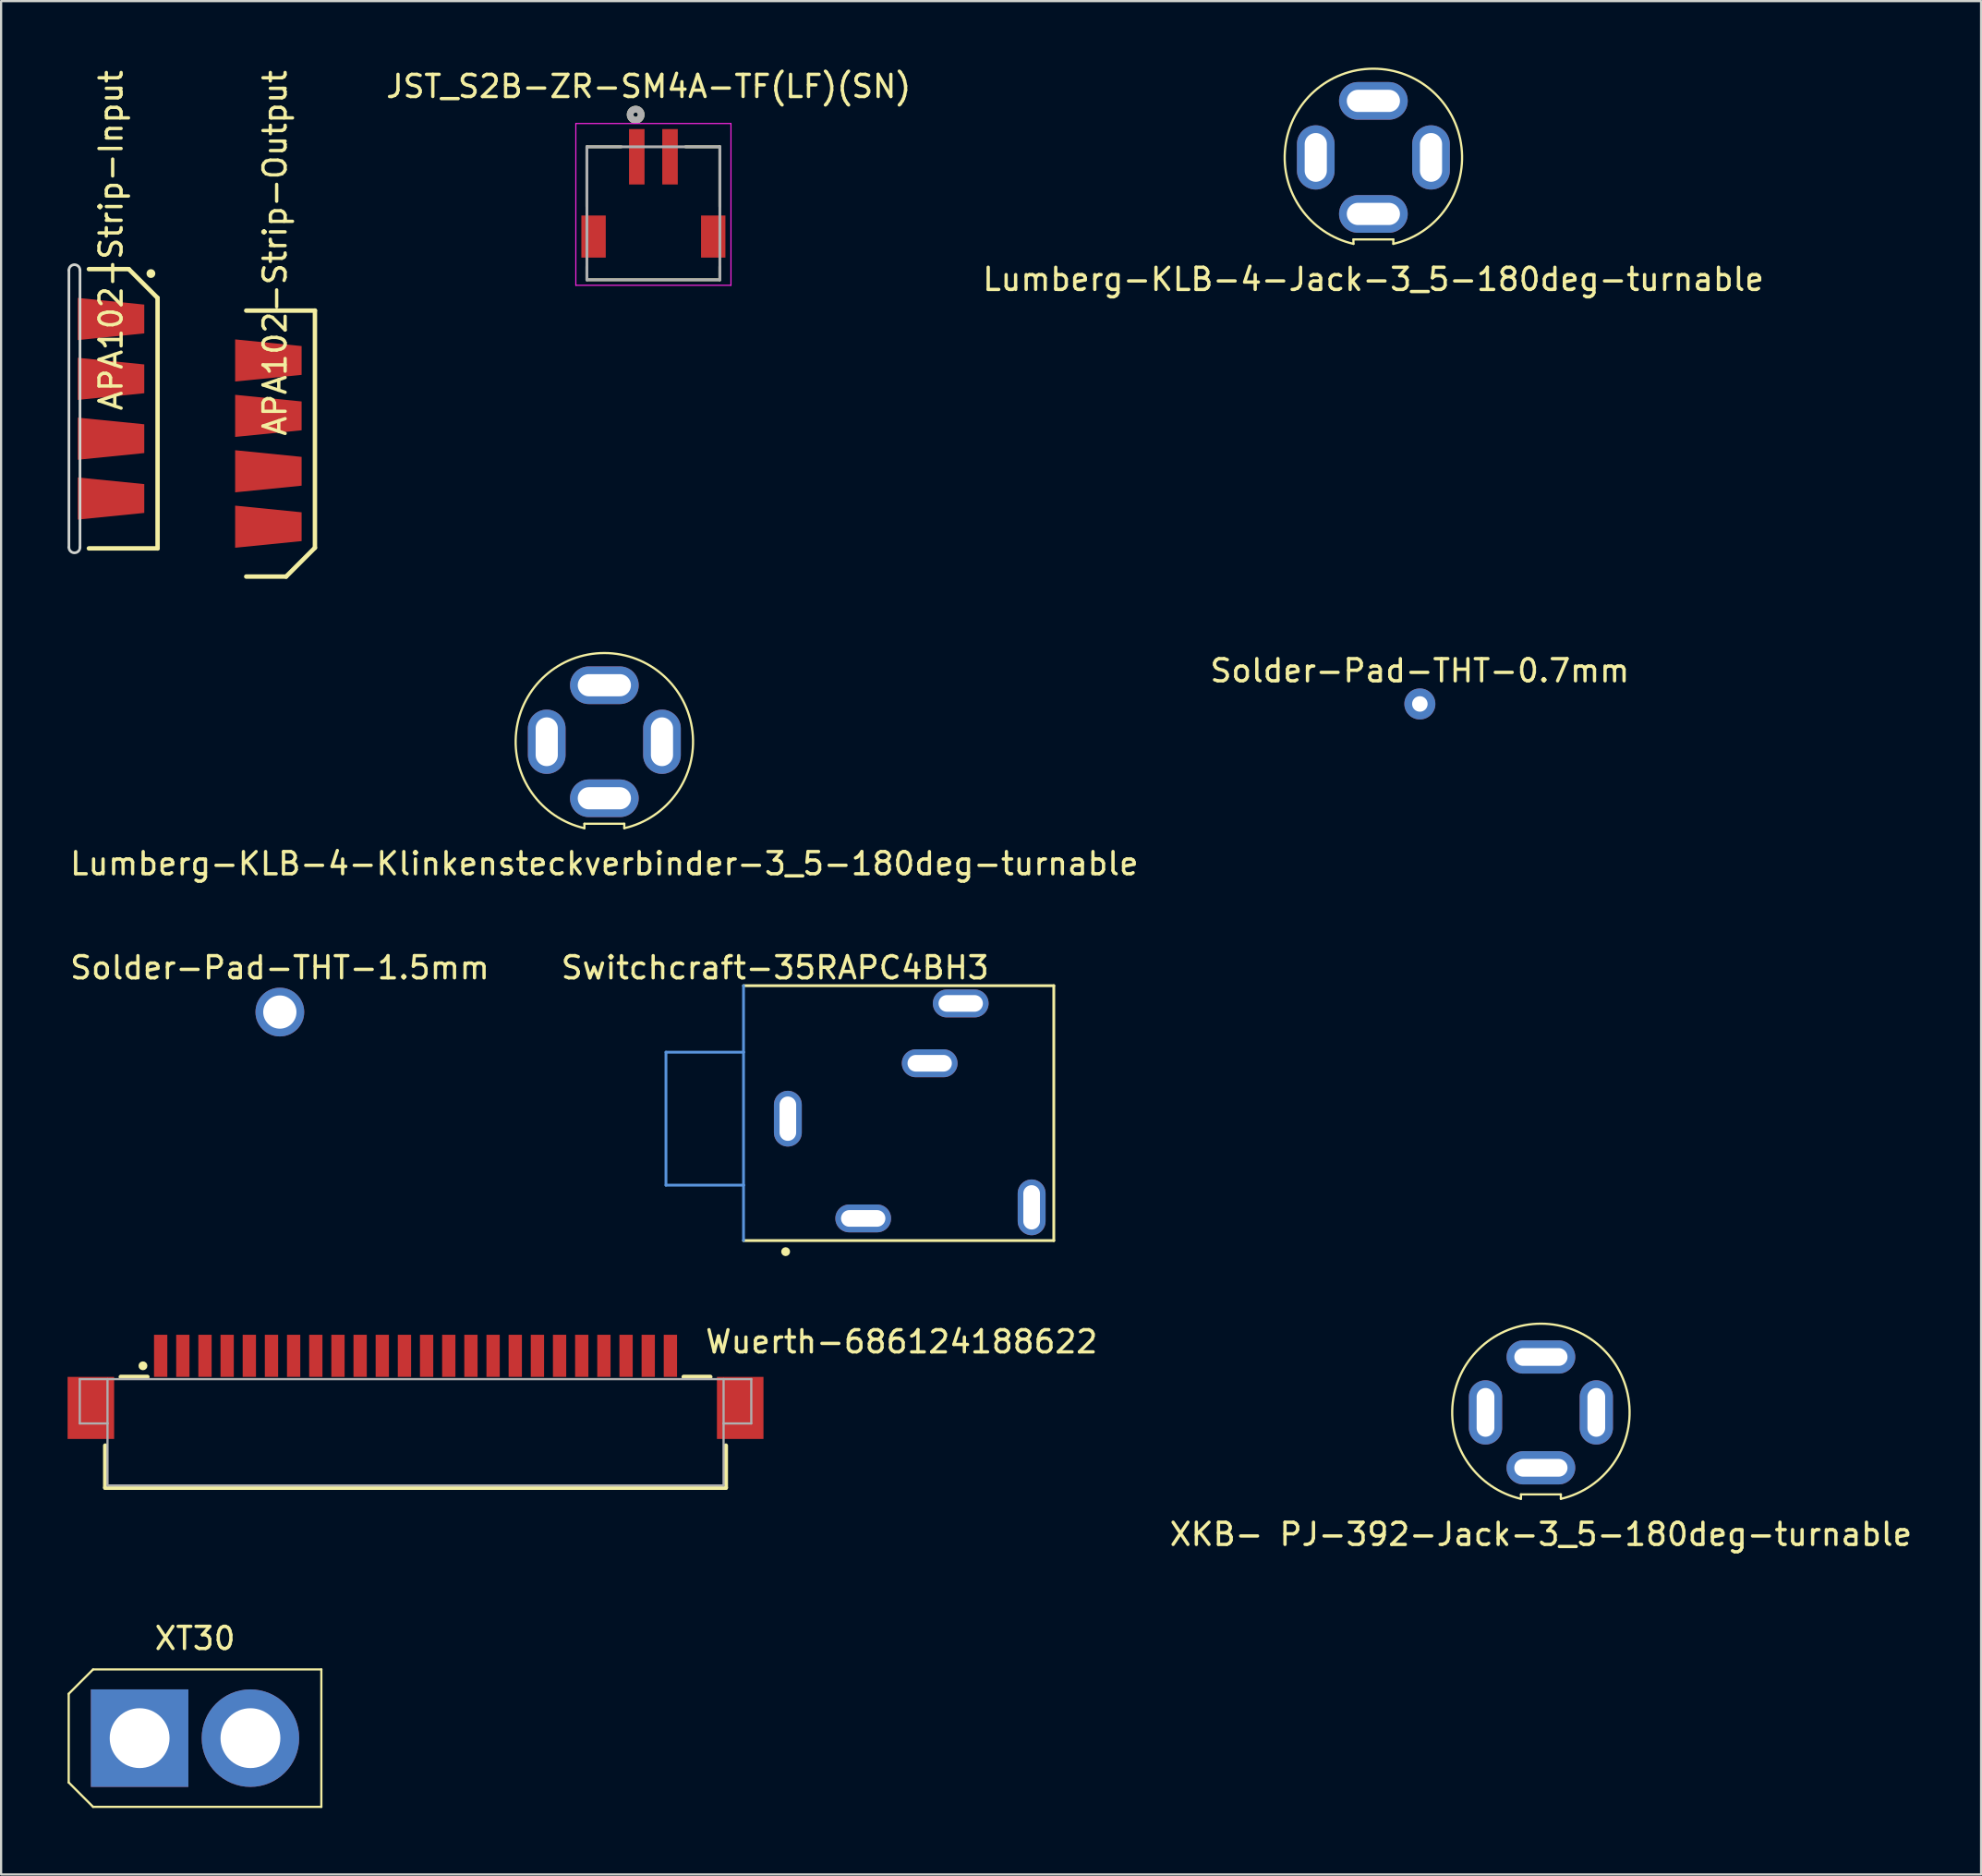
<source format=kicad_pcb>
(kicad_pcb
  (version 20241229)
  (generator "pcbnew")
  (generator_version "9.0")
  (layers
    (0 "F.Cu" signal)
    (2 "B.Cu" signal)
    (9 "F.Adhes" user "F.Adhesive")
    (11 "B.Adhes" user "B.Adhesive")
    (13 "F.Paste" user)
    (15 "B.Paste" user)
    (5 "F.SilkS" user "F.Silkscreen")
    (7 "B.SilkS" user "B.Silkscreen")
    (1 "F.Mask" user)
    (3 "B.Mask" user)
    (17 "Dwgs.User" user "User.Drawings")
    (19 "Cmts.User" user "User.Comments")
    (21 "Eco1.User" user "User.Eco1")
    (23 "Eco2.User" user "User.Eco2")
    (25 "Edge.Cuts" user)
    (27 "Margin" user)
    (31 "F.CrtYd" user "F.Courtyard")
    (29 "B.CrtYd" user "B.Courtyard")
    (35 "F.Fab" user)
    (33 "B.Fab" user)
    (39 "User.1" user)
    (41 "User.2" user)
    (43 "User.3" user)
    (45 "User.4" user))
  (footprint "XKB- PJ-392-Jack-3_5-180deg-turnable"
    (layer "F.Cu")
    (at 66.48 60.674)
    (property "Reference" "XKB- PJ-392-Jack-3_5-180deg-turnable" (at 0 5.5 0) (layer "F.SilkS") (effects (font (size 1 1) (thickness 0.15))))
    (attr through_hole)
    (fp_line (start -0.9 3.7) (end 0.9 3.7) (stroke (width 0.1) (type solid)) (layer "F.SilkS"))
    (fp_line (start -0.9 3.9) (end -0.9 3.7) (stroke (width 0.1) (type solid)) (layer "F.SilkS"))
    (fp_line (start 0.9 3.7) (end 0.9 3.9) (stroke (width 0.1) (type solid)) (layer "F.SilkS"))
    (fp_arc (start -0.9 3.9) (mid 0 -4.002499) (end 0.9 3.9) (stroke (width 0.1) (type solid)) (layer "F.SilkS"))
    (pad "R1" thru_hole oval (at 2.5 0) (size 1.5 2.9) (drill oval 0.8 2.2) (layers "*.Cu" "*.Mask"))
    (pad "R2" thru_hole oval (at 0 2.5 90) (size 1.5 3.1) (drill oval 0.8 2.4) (layers "*.Cu" "*.Mask"))
    (pad "S" thru_hole oval (at 0 -2.5 90) (size 1.5 3.1) (drill oval 0.8 2.4) (layers "*.Cu" "*.Mask"))
    (pad "T" thru_hole oval (at -2.5 0) (size 1.5 2.9) (drill oval 0.8 2.2) (layers "*.Cu" "*.Mask")))
  (footprint "Solder-Pad-THT-0.7mm"
    (layer "F.Cu")
    (at 61.018 28.711)
    (property "Reference" "Solder-Pad-THT-0.7mm" (at 0 -1.5 0) (unlocked yes) (layer "F.SilkS") (effects (font (size 1 1) (thickness 0.15))))
    (attr smd)
    (pad "1" thru_hole circle (at 0 0 180) (size 1.4 1.4) (drill 0.7) (layers "*.Cu" "*.Mask")))
  (footprint "JST_S2B-ZR-SM4A-TF(LF)(SN)"
    (layer "F.Cu")
    (at 26.433 6.173)
    (property "Reference" "JST_S2B-ZR-SM4A-TF(LF)(SN)" (at -0.215 -5.325 0) (layer "F.SilkS") (effects (font (size 1 1) (thickness 0.15))))
    (attr through_hole)
    (fp_line (start -3 -2.6) (end -3 0.1) (stroke (width 0.127) (type solid)) (layer "F.SilkS"))
    (fp_line (start -3 2.8) (end -3 3.4) (stroke (width 0.127) (type solid)) (layer "F.SilkS"))
    (fp_line (start -3 3.4) (end 3 3.4) (stroke (width 0.127) (type solid)) (layer "F.SilkS"))
    (fp_line (start -1.45 -2.6) (end -3 -2.6) (stroke (width 0.127) (type solid)) (layer "F.SilkS"))
    (fp_line (start 1.45 -2.6) (end 3 -2.6) (stroke (width 0.127) (type solid)) (layer "F.SilkS"))
    (fp_line (start 3 -2.6) (end 3 0.1) (stroke (width 0.127) (type solid)) (layer "F.SilkS"))
    (fp_line (start 3 3.4) (end 3 2.8) (stroke (width 0.127) (type solid)) (layer "F.SilkS"))
    (fp_circle (center -0.8 -4.05) (end -0.7 -4.05) (stroke (width 0.3) (type solid)) (fill no) (layer "F.SilkS"))
    (fp_line (start -3.5 -3.65) (end 3.5 -3.65) (stroke (width 0.05) (type solid)) (layer "F.CrtYd"))
    (fp_line (start -3.5 3.65) (end -3.5 -3.65) (stroke (width 0.05) (type solid)) (layer "F.CrtYd"))
    (fp_line (start 3.5 -3.65) (end 3.5 3.65) (stroke (width 0.05) (type solid)) (layer "F.CrtYd"))
    (fp_line (start 3.5 3.65) (end -3.5 3.65) (stroke (width 0.05) (type solid)) (layer "F.CrtYd"))
    (fp_line (start -3 -2.6) (end 3 -2.6) (stroke (width 0.127) (type solid)) (layer "F.Fab"))
    (fp_line (start -3 3.4) (end -3 -2.6) (stroke (width 0.127) (type solid)) (layer "F.Fab"))
    (fp_line (start 3 -2.6) (end 3 3.4) (stroke (width 0.127) (type solid)) (layer "F.Fab"))
    (fp_line (start 3 3.4) (end -3 3.4) (stroke (width 0.127) (type solid)) (layer "F.Fab"))
    (fp_circle (center -0.8 -4.05) (end -0.7 -4.05) (stroke (width 0.3) (type solid)) (fill no) (layer "F.Fab"))
    (pad "1" smd rect (at -0.75 -2.15 180) (size 0.7 2.5) (layers "F.Cu" "F.Mask" "F.Paste"))
    (pad "2" smd rect (at 0.75 -2.15 180) (size 0.7 2.5) (layers "F.Cu" "F.Mask" "F.Paste"))
    (pad "S1" smd rect (at -2.7 1.45 180) (size 1.1 1.9) (layers "F.Cu" "F.Mask" "F.Paste"))
    (pad "S2" smd rect (at 2.7 1.45 180) (size 1.1 1.9) (layers "F.Cu" "F.Mask" "F.Paste")))
  (footprint "Wuerth-686124188622"
    (layer "F.Cu")
    (at 15.7 61.072)
    (property "Reference" "Wuerth-686124188622" (at 13 -3 0) (layer "F.SilkS") (effects (font (size 1 1) (thickness 0.15)) (justify left bottom)))
    (attr through_hole)
    (fp_line (start -14 1.1) (end -14 3) (stroke (width 0.2) (type solid)) (layer "F.SilkS"))
    (fp_line (start -14 3) (end 14 3) (stroke (width 0.2) (type solid)) (layer "F.SilkS"))
    (fp_line (start -13.3 -2) (end -12.1 -2) (stroke (width 0.2) (type solid)) (layer "F.SilkS"))
    (fp_line (start 12.1 -2) (end 13.3 -2) (stroke (width 0.2) (type solid)) (layer "F.SilkS"))
    (fp_line (start 14 3) (end 14 1.1) (stroke (width 0.2) (type solid)) (layer "F.SilkS"))
    (fp_circle (center -12.3 -2.5) (end -12.2 -2.5) (stroke (width 0.2) (type solid)) (fill no) (layer "F.SilkS"))
    (fp_line (start -15.15 -1.9) (end -15.15 0.1) (stroke (width 0.1) (type solid)) (layer "F.Fab"))
    (fp_line (start -15.15 0.1) (end -13.9 0.1) (stroke (width 0.1) (type solid)) (layer "F.Fab"))
    (fp_line (start -13.9 -1.9) (end -15.15 -1.9) (stroke (width 0.1) (type solid)) (layer "F.Fab"))
    (fp_line (start -13.9 -1.9) (end 13.9 -1.9) (stroke (width 0.1) (type solid)) (layer "F.Fab"))
    (fp_line (start -13.9 0.1) (end -13.9 -1.9) (stroke (width 0.1) (type solid)) (layer "F.Fab"))
    (fp_line (start -13.9 2.9) (end -13.9 0.1) (stroke (width 0.1) (type solid)) (layer "F.Fab"))
    (fp_line (start 13.9 -1.9) (end 13.9 0.1) (stroke (width 0.1) (type solid)) (layer "F.Fab"))
    (fp_line (start 13.9 -1.9) (end 15.15 -1.9) (stroke (width 0.1) (type solid)) (layer "F.Fab"))
    (fp_line (start 13.9 0.1) (end 13.9 2.9) (stroke (width 0.1) (type solid)) (layer "F.Fab"))
    (fp_line (start 13.9 2.9) (end -13.9 2.9) (stroke (width 0.1) (type solid)) (layer "F.Fab"))
    (fp_line (start 15.15 -1.9) (end 15.15 0.1) (stroke (width 0.1) (type solid)) (layer "F.Fab"))
    (fp_line (start 15.15 0.1) (end 13.9 0.1) (stroke (width 0.1) (type solid)) (layer "F.Fab"))
    (pad "1" smd rect (at -11.5 -2.95 90) (size 1.9 0.6) (layers "F.Cu" "F.Mask" "F.Paste"))
    (pad "2" smd rect (at -10.5 -2.95 90) (size 1.9 0.6) (layers "F.Cu" "F.Mask" "F.Paste"))
    (pad "3" smd rect (at -9.5 -2.95 90) (size 1.9 0.6) (layers "F.Cu" "F.Mask" "F.Paste"))
    (pad "4" smd rect (at -8.5 -2.95 90) (size 1.9 0.6) (layers "F.Cu" "F.Mask" "F.Paste"))
    (pad "5" smd rect (at -7.5 -2.95 90) (size 1.9 0.6) (layers "F.Cu" "F.Mask" "F.Paste"))
    (pad "6" smd rect (at -6.5 -2.95 90) (size 1.9 0.6) (layers "F.Cu" "F.Mask" "F.Paste"))
    (pad "7" smd rect (at -5.5 -2.95 90) (size 1.9 0.6) (layers "F.Cu" "F.Mask" "F.Paste"))
    (pad "8" smd rect (at -4.5 -2.95 90) (size 1.9 0.6) (layers "F.Cu" "F.Mask" "F.Paste"))
    (pad "9" smd rect (at -3.5 -2.95 90) (size 1.9 0.6) (layers "F.Cu" "F.Mask" "F.Paste"))
    (pad "10" smd rect (at -2.5 -2.95 90) (size 1.9 0.6) (layers "F.Cu" "F.Mask" "F.Paste"))
    (pad "11" smd rect (at -1.5 -2.95 90) (size 1.9 0.6) (layers "F.Cu" "F.Mask" "F.Paste"))
    (pad "12" smd rect (at -0.5 -2.95 90) (size 1.9 0.6) (layers "F.Cu" "F.Mask" "F.Paste"))
    (pad "13" smd rect (at 0.5 -2.95 90) (size 1.9 0.6) (layers "F.Cu" "F.Mask" "F.Paste"))
    (pad "14" smd rect (at 1.5 -2.95 90) (size 1.9 0.6) (layers "F.Cu" "F.Mask" "F.Paste"))
    (pad "15" smd rect (at 2.5 -2.95 90) (size 1.9 0.6) (layers "F.Cu" "F.Mask" "F.Paste"))
    (pad "16" smd rect (at 3.5 -2.95 90) (size 1.9 0.6) (layers "F.Cu" "F.Mask" "F.Paste"))
    (pad "17" smd rect (at 4.5 -2.95 90) (size 1.9 0.6) (layers "F.Cu" "F.Mask" "F.Paste"))
    (pad "18" smd rect (at 5.5 -2.95 90) (size 1.9 0.6) (layers "F.Cu" "F.Mask" "F.Paste"))
    (pad "19" smd rect (at 6.5 -2.95 90) (size 1.9 0.6) (layers "F.Cu" "F.Mask" "F.Paste"))
    (pad "20" smd rect (at 7.5 -2.95 90) (size 1.9 0.6) (layers "F.Cu" "F.Mask" "F.Paste"))
    (pad "21" smd rect (at 8.5 -2.95 90) (size 1.9 0.6) (layers "F.Cu" "F.Mask" "F.Paste"))
    (pad "22" smd rect (at 9.5 -2.95 90) (size 1.9 0.6) (layers "F.Cu" "F.Mask" "F.Paste"))
    (pad "23" smd rect (at 10.5 -2.95 90) (size 1.9 0.6) (layers "F.Cu" "F.Mask" "F.Paste"))
    (pad "24" smd rect (at 11.5 -2.95 90) (size 1.9 0.6) (layers "F.Cu" "F.Mask" "F.Paste"))
    (pad "Z1" smd rect (at -14.65 -0.6) (size 2.1 2.8) (layers "F.Cu" "F.Mask" "F.Paste"))
    (pad "Z2" smd rect (at 14.65 -0.6) (size 2.1 2.8) (layers "F.Cu" "F.Mask" "F.Paste")))
  (footprint "Solder-Pad-THT-1.5mm"
    (layer "F.Cu")
    (at 9.577 42.612)
    (property "Reference" "Solder-Pad-THT-1.5mm" (at 0 -2 0) (unlocked yes) (layer "F.SilkS") (effects (font (size 1 1) (thickness 0.15))))
    (attr through_hole exclude_from_pos_files exclude_from_bom)
    (pad "1" thru_hole circle (at 0 0 60) (size 2.2 2.2) (drill 1.5) (layers "*.Cu" "*.Mask")))
  (footprint "XT30"
    (layer "F.Cu")
    (at 5.75 75.371)
    (property "Reference" "XT30" (at 0 -4.5 0) (layer "F.SilkS") (effects (font (size 1 1) (thickness 0.15))))
    (attr through_hole)
    (fp_line (start -5.7 -2) (end -4.6 -3.1) (stroke (width 0.1) (type solid)) (layer "F.SilkS"))
    (fp_line (start -5.7 2) (end -5.7 -2) (stroke (width 0.1) (type solid)) (layer "F.SilkS"))
    (fp_line (start -4.6 -3.1) (end 5.7 -3.1) (stroke (width 0.1) (type solid)) (layer "F.SilkS"))
    (fp_line (start -4.6 3.1) (end -5.7 2) (stroke (width 0.1) (type solid)) (layer "F.SilkS"))
    (fp_line (start 5.7 -3.1) (end 5.7 3.1) (stroke (width 0.1) (type solid)) (layer "F.SilkS"))
    (fp_line (start 5.7 3.1) (end -4.6 3.1) (stroke (width 0.1) (type solid)) (layer "F.SilkS"))
    (pad "1" thru_hole rect (at -2.5 0) (size 4.4 4.4) (drill 2.7) (layers "*.Cu" "*.Mask"))
    (pad "2" thru_hole circle (at 2.5 0) (size 4.4 4.4) (drill 2.7) (layers "*.Cu" "*.Mask")))
  (footprint "APA102-Strip-Output"
    (layer "F.Cu")
    (at 7.66 16.963)
    (property "Reference" "APA102-Strip-Output" (at 1.7 -8.6 90) (layer "F.SilkS") (effects (font (size 1 1) (thickness 0.15))))
    (attr smd exclude_from_pos_files exclude_from_bom)
    (fp_circle (center -0.3 -6.2) (end -0.1 -6.2) (stroke (width 0) (type solid)) (fill yes) (layer "F.Mask"))
    (fp_circle (center -0.3 6.2) (end -0.1 6.2) (stroke (width 0) (type solid)) (fill yes) (layer "F.Mask"))
    (fp_poly (pts (xy -0.1 -6.2) (xy -0.3 -6.2) (xy -0.5 -6.2) (xy -0.5 6.2) (xy -0.3 6.2) (xy -0.1 6.2)) (stroke (width 0) (type solid)) (fill yes) (layer "F.Mask"))
    (fp_line (start 0.4 -6) (end 3.5 -6) (stroke (width 0.2) (type solid)) (layer "F.SilkS"))
    (fp_line (start 2.2 6) (end 0.4 6) (stroke (width 0.2) (type solid)) (layer "F.SilkS"))
    (fp_line (start 2.2 6) (end 3.5 4.7) (stroke (width 0.2) (type default)) (layer "F.SilkS"))
    (fp_line (start 3.5 -6) (end 3.5 4.7) (stroke (width 0.2) (type solid)) (layer "F.SilkS"))
    (pad "1" connect trapezoid (at 1.4 3.75) (size 3 1.6) (rect_delta 0.3 0) (layers "F.Cu" "F.Mask"))
    (pad "2" connect trapezoid (at 1.4 1.25) (size 3 1.6) (rect_delta 0.3 0) (layers "F.Cu" "F.Mask"))
    (pad "3" connect trapezoid (at 1.4 -1.25) (size 3 1.6) (rect_delta 0.3 0) (layers "F.Cu" "F.Mask"))
    (pad "4" connect trapezoid (at 1.4 -3.75) (size 3 1.6) (rect_delta 0.3 0) (layers "F.Cu" "F.Mask")))
  (footprint "Switchcraft-35RAPC4BH3"
    (layer "F.Cu")
    (at 37.5 47.172)
    (property "Reference" "Switchcraft-35RAPC4BH3" (at -5.577 -6.56 0) (layer "F.SilkS") (effects (font (size 1 1) (thickness 0.15))))
    (attr through_hole)
    (fp_line (start -7 -5.75) (end 7 -5.75) (stroke (width 0.127) (type solid)) (layer "F.SilkS"))
    (fp_line (start 7 -5.75) (end 7 5.75) (stroke (width 0.127) (type solid)) (layer "F.SilkS"))
    (fp_line (start 7 5.75) (end -7 5.75) (stroke (width 0.127) (type solid)) (layer "F.SilkS"))
    (fp_circle (center -5.1 6.25) (end -5 6.25) (stroke (width 0.2) (type solid)) (fill no) (layer "F.SilkS"))
    (fp_line (start -10.5 -2.75) (end -10.5 3.25) (stroke (width 0.127) (type solid)) (layer "Cmts.User"))
    (fp_line (start -10.5 3.25) (end -7 3.25) (stroke (width 0.127) (type solid)) (layer "Cmts.User"))
    (fp_line (start -7 -2.75) (end -10.5 -2.75) (stroke (width 0.127) (type solid)) (layer "Cmts.User"))
    (fp_line (start -7 -2.75) (end -7 -5.75) (stroke (width 0.127) (type solid)) (layer "Cmts.User"))
    (fp_line (start -7 3.25) (end -7 -2.75) (stroke (width 0.127) (type solid)) (layer "Cmts.User"))
    (fp_line (start -7 5.75) (end -7 3.25) (stroke (width 0.127) (type solid)) (layer "Cmts.User"))
    (pad "1" thru_hole oval (at -5 0.25 90) (size 2.516 1.258) (drill oval 2 0.75) (layers "*.Cu" "*.Mask"))
    (pad "2" thru_hole oval (at 2.8 -4.95 180) (size 2.516 1.258) (drill oval 2 0.75) (layers "*.Cu" "*.Mask"))
    (pad "3" thru_hole oval (at 1.4 -2.25 180) (size 2.516 1.258) (drill oval 2 0.75) (layers "*.Cu" "*.Mask"))
    (pad "4" thru_hole oval (at 6 4.25 270) (size 2.516 1.258) (drill oval 2 0.75) (layers "*.Cu" "*.Mask"))
    (pad "5" thru_hole oval (at -1.6 4.75) (size 2.516 1.258) (drill oval 2 0.75) (layers "*.Cu" "*.Mask")))
  (footprint "Lumberg-KLB-4-Klinkensteckverbinder-3_5-180deg-turnable"
    (layer "F.Cu")
    (at 24.22 30.416)
    (property "Reference" "Lumberg-KLB-4-Klinkensteckverbinder-3_5-180deg-turnable" (at 0 5.5 0) (layer "F.SilkS") (effects (font (size 1 1) (thickness 0.15))))
    (attr through_hole)
    (fp_line (start -0.9 3.7) (end 0.9 3.7) (stroke (width 0.1) (type solid)) (layer "F.SilkS"))
    (fp_line (start -0.9 3.9) (end -0.9 3.7) (stroke (width 0.1) (type solid)) (layer "F.SilkS"))
    (fp_line (start 0.9 3.7) (end 0.9 3.9) (stroke (width 0.1) (type solid)) (layer "F.SilkS"))
    (fp_arc (start -0.9 3.9) (mid 0 -4.002499) (end 0.9 3.9) (stroke (width 0.1) (type solid)) (layer "F.SilkS"))
    (pad "1" thru_hole oval (at -2.6 0) (size 1.7 2.9) (drill oval 1 2.2) (layers "*.Cu" "*.Mask"))
    (pad "2" thru_hole oval (at 2.6 0) (size 1.7 2.9) (drill oval 1 2.2) (layers "*.Cu" "*.Mask"))
    (pad "3" thru_hole oval (at 0 -2.55 90) (size 1.7 3.1) (drill oval 1 2.4) (layers "*.Cu" "*.Mask"))
    (pad "4" thru_hole oval (at 0 2.55 90) (size 1.7 3.1) (drill oval 1 2.4) (layers "*.Cu" "*.Mask")))
  (footprint "Lumberg-KLB-4-Jack-3_5-180deg-turnable"
    (layer "F.Cu")
    (at 58.921 4.052)
    (property "Reference" "Lumberg-KLB-4-Jack-3_5-180deg-turnable" (at 0 5.5 0) (layer "F.SilkS") (effects (font (size 1 1) (thickness 0.15))))
    (attr through_hole)
    (fp_line (start -0.9 3.7) (end 0.9 3.7) (stroke (width 0.1) (type solid)) (layer "F.SilkS"))
    (fp_line (start -0.9 3.9) (end -0.9 3.7) (stroke (width 0.1) (type solid)) (layer "F.SilkS"))
    (fp_line (start 0.9 3.7) (end 0.9 3.9) (stroke (width 0.1) (type solid)) (layer "F.SilkS"))
    (fp_arc (start -0.9 3.9) (mid 0 -4.002499) (end 0.9 3.9) (stroke (width 0.1) (type solid)) (layer "F.SilkS"))
    (pad "R1" thru_hole oval (at 2.6 0) (size 1.7 2.9) (drill oval 1 2.2) (layers "*.Cu" "*.Mask"))
    (pad "R2" thru_hole oval (at 0 2.55 90) (size 1.7 3.1) (drill oval 1 2.4) (layers "*.Cu" "*.Mask"))
    (pad "S" thru_hole oval (at 0 -2.55 90) (size 1.7 3.1) (drill oval 1 2.4) (layers "*.Cu" "*.Mask"))
    (pad "T" thru_hole oval (at -2.6 0) (size 1.7 2.9) (drill oval 1 2.2) (layers "*.Cu" "*.Mask")))
  (footprint "APA102-Strip-Input"
    (layer "F.Cu")
    (at 0.56 15.392)
    (property "Reference" "APA102-Strip-Input" (at 1.4 -7.6 90) (layer "F.SilkS") (effects (font (size 1 1) (thickness 0.15))))
    (attr through_hole)
    (fp_line (start 0.4 6.3) (end 3.5 6.3) (stroke (width 0.2) (type solid)) (layer "F.SilkS"))
    (fp_line (start 2.2 -6.3) (end 0.4 -6.3) (stroke (width 0.2) (type solid)) (layer "F.SilkS"))
    (fp_line (start 3.5 -5) (end 2.2 -6.3) (stroke (width 0.2) (type solid)) (layer "F.SilkS"))
    (fp_line (start 3.5 6.3) (end 3.5 -5) (stroke (width 0.2) (type solid)) (layer "F.SilkS"))
    (fp_circle (center 3.2 -6.1) (end 3.3 -6.1) (stroke (width 0.2) (type solid)) (fill no) (layer "F.SilkS"))
    (fp_line (start -0.5 6.25) (end -0.5 -6.25) (stroke (width 0.12) (type solid)) (layer "Edge.Cuts"))
    (fp_line (start 0 -6.25) (end 0 6.25) (stroke (width 0.12) (type solid)) (layer "Edge.Cuts"))
    (fp_arc (start -0.5 -6.25) (mid -0.25 -6.5) (end 0 -6.25) (stroke (width 0.12) (type solid)) (layer "Edge.Cuts"))
    (fp_arc (start 0 6.25) (mid -0.25 6.5) (end -0.5 6.25) (stroke (width 0.12) (type solid)) (layer "Edge.Cuts"))
    (pad "1" connect trapezoid (at 1.4 -4.05) (size 3 1.6) (rect_delta 0.3 0) (layers "F.Cu" "F.Mask"))
    (pad "2" connect trapezoid (at 1.4 -1.35) (size 3 1.6) (rect_delta 0.3 0) (layers "F.Cu" "F.Mask"))
    (pad "3" connect trapezoid (at 1.4 1.35) (size 3 1.6) (rect_delta 0.3 0) (layers "F.Cu" "F.Mask"))
    (pad "4" connect trapezoid (at 1.4 4.05) (size 3 1.6) (rect_delta 0.3 0) (layers "F.Cu" "F.Mask")))
  (gr_rect
    (start -3 -3)
    (end 86.343 81.521)
    (stroke (width 0.1) (type default))
    (fill no)
    (layer "Edge.Cuts")))
</source>
